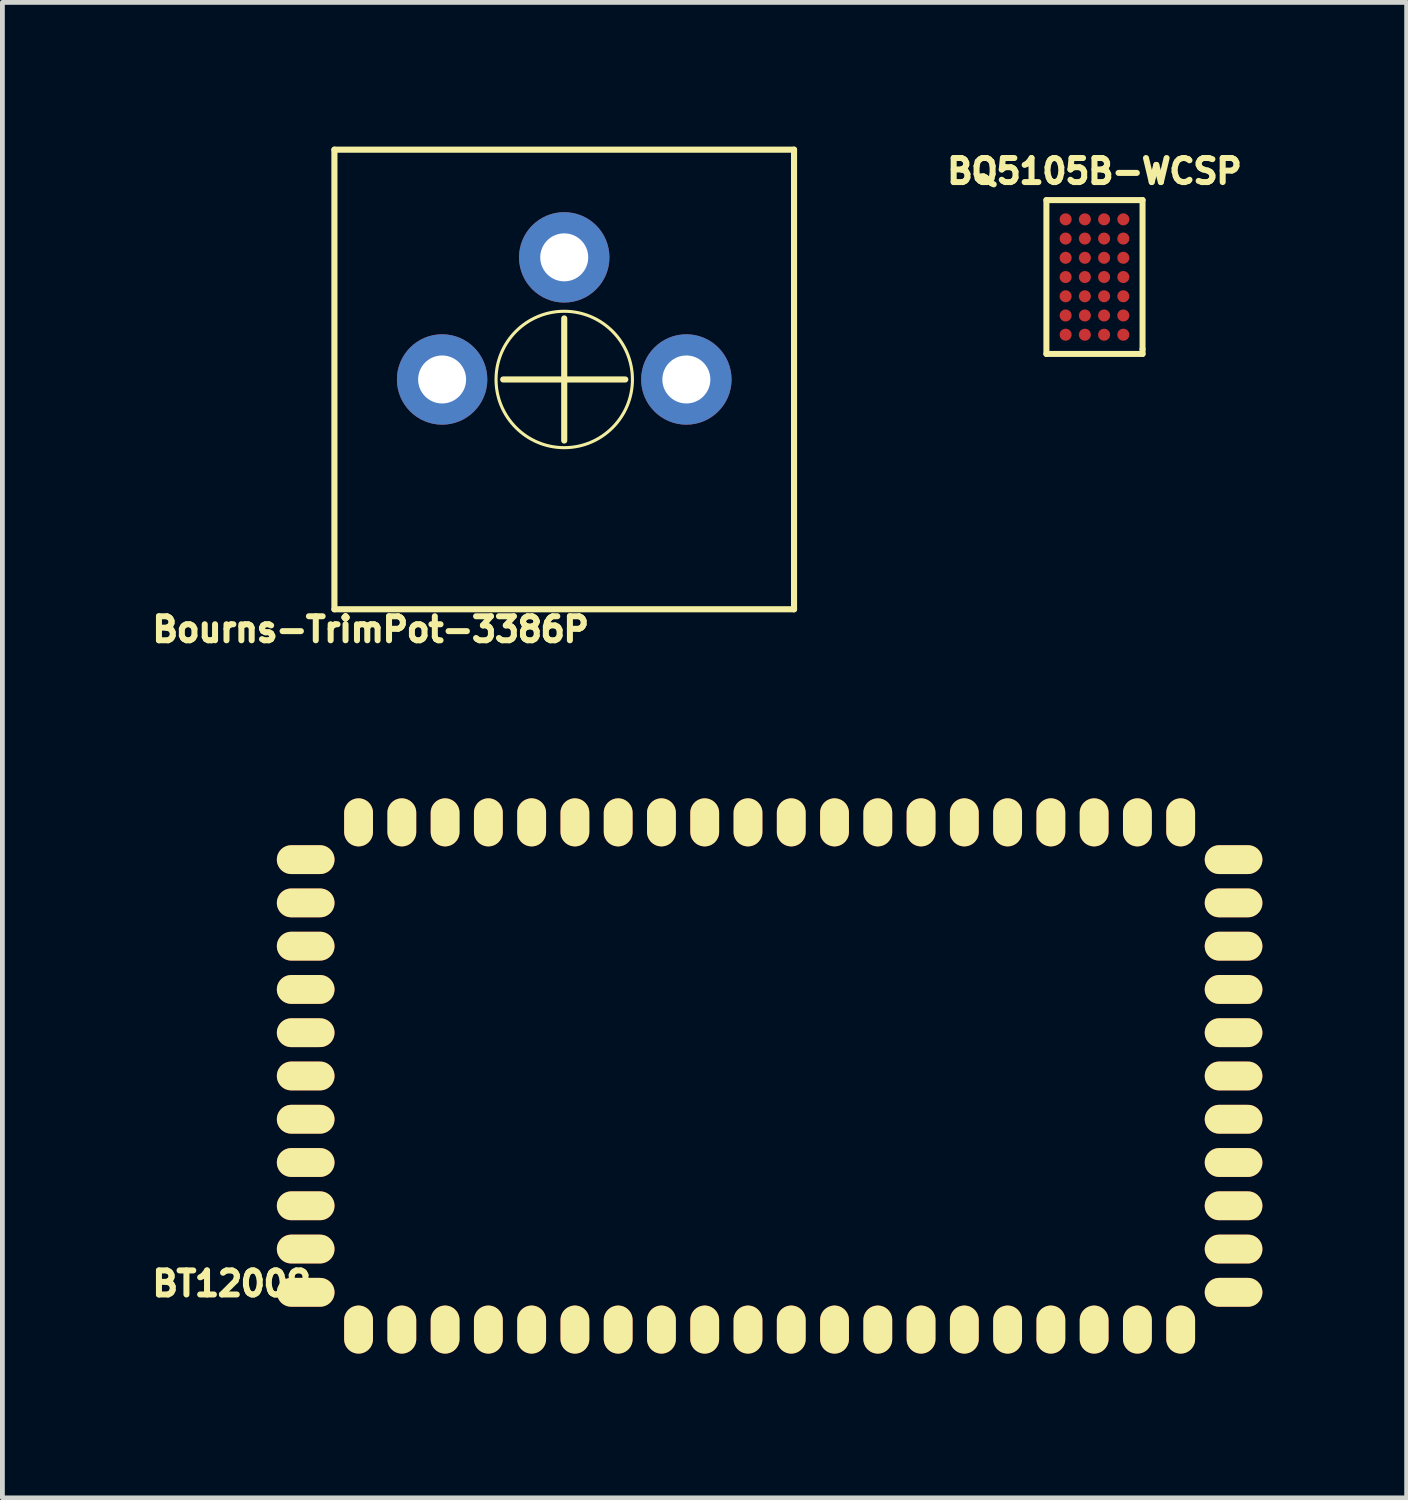
<source format=kicad_pcb>
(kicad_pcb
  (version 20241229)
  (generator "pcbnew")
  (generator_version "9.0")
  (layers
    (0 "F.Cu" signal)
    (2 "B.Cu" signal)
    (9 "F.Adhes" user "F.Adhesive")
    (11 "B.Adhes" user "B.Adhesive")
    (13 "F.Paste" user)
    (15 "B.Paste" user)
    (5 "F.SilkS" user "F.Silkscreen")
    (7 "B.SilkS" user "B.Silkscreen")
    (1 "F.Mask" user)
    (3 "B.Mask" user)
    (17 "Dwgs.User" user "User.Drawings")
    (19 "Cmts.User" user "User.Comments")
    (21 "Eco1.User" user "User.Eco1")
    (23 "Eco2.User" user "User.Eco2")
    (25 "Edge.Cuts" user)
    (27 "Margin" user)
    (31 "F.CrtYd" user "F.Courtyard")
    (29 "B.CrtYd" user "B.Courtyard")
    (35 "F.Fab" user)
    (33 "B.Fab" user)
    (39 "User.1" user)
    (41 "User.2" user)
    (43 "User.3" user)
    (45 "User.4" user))
  (footprint "BQ5105B-WCSP"
    (layer "F.Cu")
    (at 19.715 2.712)
    (property "Reference" "BQ5105B-WCSP" (at 0 -2.2 0) (layer "F.SilkS") (effects (font (size 0.5 0.5) (thickness 0.125))))
    (attr through_hole)
    (fp_line (start -1 -1.6) (end 1 -1.6) (stroke (width 0.125) (type solid)) (layer "F.SilkS"))
    (fp_line (start -1 1.6) (end -1 -1.6) (stroke (width 0.125) (type solid)) (layer "F.SilkS"))
    (fp_line (start 1 -1.6) (end 1 1.5) (stroke (width 0.125) (type solid)) (layer "F.SilkS"))
    (fp_line (start 1 1.5) (end 1 1.6) (stroke (width 0.125) (type solid)) (layer "F.SilkS"))
    (fp_line (start 1 1.6) (end -1 1.6) (stroke (width 0.125) (type solid)) (layer "F.SilkS"))
    (pad "A1" smd circle (at 0.6 1.2) (size 0.25 0.25) (layers "F.Cu" "F.Mask" "F.Paste"))
    (pad "A2" smd circle (at 0.2 1.2) (size 0.25 0.25) (layers "F.Cu" "F.Mask" "F.Paste"))
    (pad "A3" smd circle (at -0.2 1.2) (size 0.25 0.25) (layers "F.Cu" "F.Mask" "F.Paste"))
    (pad "A4" smd circle (at -0.6 1.2) (size 0.25 0.25) (layers "F.Cu" "F.Mask" "F.Paste"))
    (pad "B1" smd circle (at 0.6 0.8) (size 0.25 0.25) (layers "F.Cu" "F.Mask" "F.Paste"))
    (pad "B2" smd circle (at 0.2 0.8) (size 0.25 0.25) (layers "F.Cu" "F.Mask" "F.Paste"))
    (pad "B3" smd circle (at -0.2 0.8) (size 0.25 0.25) (layers "F.Cu" "F.Mask" "F.Paste"))
    (pad "B4" smd circle (at -0.6 0.8) (size 0.25 0.25) (layers "F.Cu" "F.Mask" "F.Paste"))
    (pad "C1" smd circle (at 0.6 0.4) (size 0.25 0.25) (layers "F.Cu" "F.Mask" "F.Paste"))
    (pad "C2" smd circle (at 0.2 0.4) (size 0.25 0.25) (layers "F.Cu" "F.Mask" "F.Paste"))
    (pad "C3" smd circle (at -0.2 0.4) (size 0.25 0.25) (layers "F.Cu" "F.Mask" "F.Paste"))
    (pad "C4" smd circle (at -0.6 0.4) (size 0.25 0.25) (layers "F.Cu" "F.Mask" "F.Paste"))
    (pad "D1" smd circle (at 0.6 0) (size 0.25 0.25) (layers "F.Cu" "F.Mask" "F.Paste"))
    (pad "D2" smd circle (at 0.2 0) (size 0.25 0.25) (layers "F.Cu" "F.Mask" "F.Paste"))
    (pad "D3" smd circle (at -0.2 0) (size 0.25 0.25) (layers "F.Cu" "F.Mask" "F.Paste"))
    (pad "D4" smd circle (at -0.6 0) (size 0.25 0.25) (layers "F.Cu" "F.Mask" "F.Paste"))
    (pad "E1" smd circle (at 0.6 -0.4) (size 0.25 0.25) (layers "F.Cu" "F.Mask" "F.Paste"))
    (pad "E2" smd circle (at 0.2 -0.4) (size 0.25 0.25) (layers "F.Cu" "F.Mask" "F.Paste"))
    (pad "E3" smd circle (at -0.2 -0.4) (size 0.25 0.25) (layers "F.Cu" "F.Mask" "F.Paste"))
    (pad "E4" smd circle (at -0.6 -0.4) (size 0.25 0.25) (layers "F.Cu" "F.Mask" "F.Paste"))
    (pad "F1" smd circle (at 0.6 -0.8) (size 0.25 0.25) (layers "F.Cu" "F.Mask" "F.Paste"))
    (pad "F2" smd circle (at 0.2 -0.8) (size 0.25 0.25) (layers "F.Cu" "F.Mask" "F.Paste"))
    (pad "F3" smd circle (at -0.2 -0.8) (size 0.25 0.25) (layers "F.Cu" "F.Mask" "F.Paste"))
    (pad "F4" smd circle (at -0.6 -0.8) (size 0.25 0.25) (layers "F.Cu" "F.Mask" "F.Paste"))
    (pad "G1" smd circle (at 0.6 -1.2) (size 0.25 0.25) (layers "F.Cu" "F.Mask" "F.Paste"))
    (pad "G2" smd circle (at 0.2 -1.2) (size 0.25 0.25) (layers "F.Cu" "F.Mask" "F.Paste"))
    (pad "G3" smd circle (at -0.2 -1.2) (size 0.25 0.25) (layers "F.Cu" "F.Mask" "F.Paste"))
    (pad "G4" smd circle (at -0.6 -1.2) (size 0.25 0.25) (layers "F.Cu" "F.Mask" "F.Paste")))
  (footprint "BT12009"
    (layer "F.Cu")
    (at 12.958 19.33)
    (property "Reference" "BT12009" (at -11.19 4.32 0) (layer "F.SilkS") (effects (font (size 0.5 0.5) (thickness 0.125))))
    (attr smd)
    (pad "1" smd oval (at -8.55 5.275) (size 0.6 1) (layers "F.Cu" "F.Mask" "F.SilkS" "F.Paste"))
    (pad "2" smd oval (at -7.65 5.275) (size 0.6 1) (layers "F.Cu" "F.Mask" "F.SilkS" "F.Paste"))
    (pad "3" smd oval (at -6.75 5.275) (size 0.6 1) (layers "F.Cu" "F.Mask" "F.SilkS" "F.Paste"))
    (pad "4" smd oval (at -5.85 5.275) (size 0.6 1) (layers "F.Cu" "F.Mask" "F.SilkS" "F.Paste"))
    (pad "5" smd oval (at -4.95 5.275) (size 0.6 1) (layers "F.Cu" "F.Mask" "F.SilkS" "F.Paste"))
    (pad "6" smd oval (at -4.05 5.275) (size 0.6 1) (layers "F.Cu" "F.Mask" "F.SilkS" "F.Paste"))
    (pad "7" smd oval (at -3.15 5.275) (size 0.6 1) (layers "F.Cu" "F.Mask" "F.SilkS" "F.Paste"))
    (pad "8" smd oval (at -2.25 5.275) (size 0.6 1) (layers "F.Cu" "F.Mask" "F.SilkS" "F.Paste"))
    (pad "9" smd oval (at -1.35 5.275) (size 0.6 1) (layers "F.Cu" "F.Mask" "F.SilkS" "F.Paste"))
    (pad "10" smd oval (at -0.45 5.275) (size 0.6 1) (layers "F.Cu" "F.Mask" "F.SilkS" "F.Paste"))
    (pad "11" smd oval (at 0.45 5.275) (size 0.6 1) (layers "F.Cu" "F.Mask" "F.SilkS" "F.Paste"))
    (pad "12" smd oval (at 1.35 5.275) (size 0.6 1) (layers "F.Cu" "F.Mask" "F.SilkS" "F.Paste"))
    (pad "13" smd oval (at 2.25 5.275) (size 0.6 1) (layers "F.Cu" "F.Mask" "F.SilkS" "F.Paste"))
    (pad "14" smd oval (at 3.15 5.275) (size 0.6 1) (layers "F.Cu" "F.Mask" "F.SilkS" "F.Paste"))
    (pad "15" smd oval (at 4.05 5.275) (size 0.6 1) (layers "F.Cu" "F.Mask" "F.SilkS" "F.Paste"))
    (pad "16" smd oval (at 4.95 5.275) (size 0.6 1) (layers "F.Cu" "F.Mask" "F.SilkS" "F.Paste"))
    (pad "17" smd oval (at 5.85 5.275) (size 0.6 1) (layers "F.Cu" "F.Mask" "F.SilkS" "F.Paste"))
    (pad "18" smd oval (at 6.75 5.275) (size 0.6 1) (layers "F.Cu" "F.Mask" "F.SilkS" "F.Paste"))
    (pad "19" smd oval (at 7.65 5.275) (size 0.6 1) (layers "F.Cu" "F.Mask" "F.SilkS" "F.Paste"))
    (pad "20" smd oval (at 8.55 5.275) (size 0.6 1) (layers "F.Cu" "F.Mask" "F.SilkS" "F.Paste"))
    (pad "21" smd oval (at 9.65 4.5 90) (size 0.6 1.2) (layers "F.Cu" "F.Mask" "F.SilkS" "F.Paste"))
    (pad "22" smd oval (at 9.65 3.6 90) (size 0.6 1.2) (layers "F.Cu" "F.Mask" "F.SilkS" "F.Paste"))
    (pad "23" smd oval (at 9.65 2.7 90) (size 0.6 1.2) (layers "F.Cu" "F.Mask" "F.SilkS" "F.Paste"))
    (pad "24" smd oval (at 9.65 1.8 90) (size 0.6 1.2) (layers "F.Cu" "F.Mask" "F.SilkS" "F.Paste"))
    (pad "25" smd oval (at 9.65 0.9 90) (size 0.6 1.2) (layers "F.Cu" "F.Mask" "F.SilkS" "F.Paste"))
    (pad "26" smd oval (at 9.65 0 90) (size 0.6 1.2) (layers "F.Cu" "F.Mask" "F.SilkS" "F.Paste"))
    (pad "27" smd oval (at 9.65 -0.9 90) (size 0.6 1.2) (layers "F.Cu" "F.Mask" "F.SilkS" "F.Paste"))
    (pad "28" smd oval (at 9.65 -1.8 90) (size 0.6 1.2) (layers "F.Cu" "F.Mask" "F.SilkS" "F.Paste"))
    (pad "29" smd oval (at 9.65 -2.7 90) (size 0.6 1.2) (layers "F.Cu" "F.Mask" "F.SilkS" "F.Paste"))
    (pad "30" smd oval (at 9.65 -3.6 90) (size 0.6 1.2) (layers "F.Cu" "F.Mask" "F.SilkS" "F.Paste"))
    (pad "31" smd oval (at 9.65 -4.5 90) (size 0.6 1.2) (layers "F.Cu" "F.Mask" "F.SilkS" "F.Paste"))
    (pad "32" smd oval (at 8.55 -5.275) (size 0.6 1) (layers "F.Cu" "F.Mask" "F.SilkS" "F.Paste"))
    (pad "33" smd oval (at 7.65 -5.275) (size 0.6 1) (layers "F.Cu" "F.Mask" "F.SilkS" "F.Paste"))
    (pad "34" smd oval (at 6.75 -5.275) (size 0.6 1) (layers "F.Cu" "F.Mask" "F.SilkS" "F.Paste"))
    (pad "35" smd oval (at 5.85 -5.275) (size 0.6 1) (layers "F.Cu" "F.Mask" "F.SilkS" "F.Paste"))
    (pad "36" smd oval (at 4.95 -5.275) (size 0.6 1) (layers "F.Cu" "F.Mask" "F.SilkS" "F.Paste"))
    (pad "37" smd oval (at 4.05 -5.275) (size 0.6 1) (layers "F.Cu" "F.Mask" "F.SilkS" "F.Paste"))
    (pad "38" smd oval (at 3.15 -5.275) (size 0.6 1) (layers "F.Cu" "F.Mask" "F.SilkS" "F.Paste"))
    (pad "39" smd oval (at 2.25 -5.275) (size 0.6 1) (layers "F.Cu" "F.Mask" "F.SilkS" "F.Paste"))
    (pad "40" smd oval (at 1.35 -5.275) (size 0.6 1) (layers "F.Cu" "F.Mask" "F.SilkS" "F.Paste"))
    (pad "41" smd oval (at 0.45 -5.275) (size 0.6 1) (layers "F.Cu" "F.Mask" "F.SilkS" "F.Paste"))
    (pad "42" smd oval (at -0.45 -5.275) (size 0.6 1) (layers "F.Cu" "F.Mask" "F.SilkS" "F.Paste"))
    (pad "43" smd oval (at -1.35 -5.275) (size 0.6 1) (layers "F.Cu" "F.Mask" "F.SilkS" "F.Paste"))
    (pad "44" smd oval (at -2.25 -5.275) (size 0.6 1) (layers "F.Cu" "F.Mask" "F.SilkS" "F.Paste"))
    (pad "45" smd oval (at -3.15 -5.275) (size 0.6 1) (layers "F.Cu" "F.Mask" "F.SilkS" "F.Paste"))
    (pad "46" smd oval (at -4.05 -5.275) (size 0.6 1) (layers "F.Cu" "F.Mask" "F.SilkS" "F.Paste"))
    (pad "47" smd oval (at -4.95 -5.275) (size 0.6 1) (layers "F.Cu" "F.Mask" "F.SilkS" "F.Paste"))
    (pad "48" smd oval (at -5.85 -5.275) (size 0.6 1) (layers "F.Cu" "F.Mask" "F.SilkS" "F.Paste"))
    (pad "49" smd oval (at -6.75 -5.275) (size 0.6 1) (layers "F.Cu" "F.Mask" "F.SilkS" "F.Paste"))
    (pad "50" smd oval (at -7.65 -5.275) (size 0.6 1) (layers "F.Cu" "F.Mask" "F.SilkS" "F.Paste"))
    (pad "51" smd oval (at -8.55 -5.275) (size 0.6 1) (layers "F.Cu" "F.Mask" "F.SilkS" "F.Paste"))
    (pad "52" smd oval (at -9.65 -4.5 90) (size 0.6 1.2) (layers "F.Cu" "F.Mask" "F.SilkS" "F.Paste"))
    (pad "53" smd oval (at -9.65 -3.6 90) (size 0.6 1.2) (layers "F.Cu" "F.Mask" "F.SilkS" "F.Paste"))
    (pad "54" smd oval (at -9.65 -2.7 90) (size 0.6 1.2) (layers "F.Cu" "F.Mask" "F.SilkS" "F.Paste"))
    (pad "55" smd oval (at -9.65 -1.8 90) (size 0.6 1.2) (layers "F.Cu" "F.Mask" "F.SilkS" "F.Paste"))
    (pad "56" smd oval (at -9.65 -0.9 90) (size 0.6 1.2) (layers "F.Cu" "F.Mask" "F.SilkS" "F.Paste"))
    (pad "57" smd oval (at -9.65 0 90) (size 0.6 1.2) (layers "F.Cu" "F.Mask" "F.SilkS" "F.Paste"))
    (pad "58" smd oval (at -9.65 0.9 90) (size 0.6 1.2) (layers "F.Cu" "F.Mask" "F.SilkS" "F.Paste"))
    (pad "59" smd oval (at -9.65 1.8 90) (size 0.6 1.2) (layers "F.Cu" "F.Mask" "F.SilkS" "F.Paste"))
    (pad "60" smd oval (at -9.65 2.7 90) (size 0.6 1.2) (layers "F.Cu" "F.Mask" "F.SilkS" "F.Paste"))
    (pad "61" smd oval (at -9.65 3.6 90) (size 0.6 1.2) (layers "F.Cu" "F.Mask" "F.SilkS" "F.Paste"))
    (pad "62" smd oval (at -9.65 4.5 90) (size 0.6 1.2) (layers "F.Cu" "F.Mask" "F.SilkS" "F.Paste")))
  (footprint "Bourns-TrimPot-3386P"
    (layer "F.Cu")
    (at 8.686 4.843)
    (property "Reference" "Bourns-TrimPot-3386P" (at -4.025 5.2 0) (layer "F.SilkS") (effects (font (size 0.5 0.5) (thickness 0.125))))
    (attr exclude_from_pos_files exclude_from_bom)
    (fp_line (start -4.78 -4.78) (end -4.78 4.78) (stroke (width 0.127) (type solid)) (layer "F.SilkS"))
    (fp_line (start -4.78 4.78) (end 4.78 4.78) (stroke (width 0.127) (type solid)) (layer "F.SilkS"))
    (fp_line (start -1.27 0) (end 0 0) (stroke (width 0.127) (type solid)) (layer "F.SilkS"))
    (fp_line (start 0 -1.27) (end 0 0) (stroke (width 0.127) (type solid)) (layer "F.SilkS"))
    (fp_line (start 0 0) (end 1.27 0) (stroke (width 0.127) (type solid)) (layer "F.SilkS"))
    (fp_line (start 0 1.27) (end 0 0) (stroke (width 0.127) (type solid)) (layer "F.SilkS"))
    (fp_line (start 4.78 -4.78) (end -4.78 -4.78) (stroke (width 0.127) (type solid)) (layer "F.SilkS"))
    (fp_line (start 4.78 4.78) (end 4.78 -4.78) (stroke (width 0.127) (type solid)) (layer "F.SilkS"))
    (fp_circle (center 0 0) (end -1.003 1.003) (stroke (width 0.064) (type solid)) (fill no) (layer "F.SilkS"))
    (pad "1" thru_hole circle (at -2.54 0) (size 1.88 1.88) (drill 0.998) (layers "*.Cu" "*.Mask" "F.Paste"))
    (pad "2" thru_hole circle (at 0 -2.54) (size 1.88 1.88) (drill 0.998) (layers "*.Cu" "*.Mask" "F.Paste"))
    (pad "3" thru_hole circle (at 2.54 0) (size 1.88 1.88) (drill 0.998) (layers "*.Cu" "*.Mask" "F.Paste")))
  (gr_rect
    (start -3 -3)
    (end 26.208 28.105)
    (stroke (width 0.1) (type default))
    (fill no)
    (layer "Edge.Cuts")))
</source>
